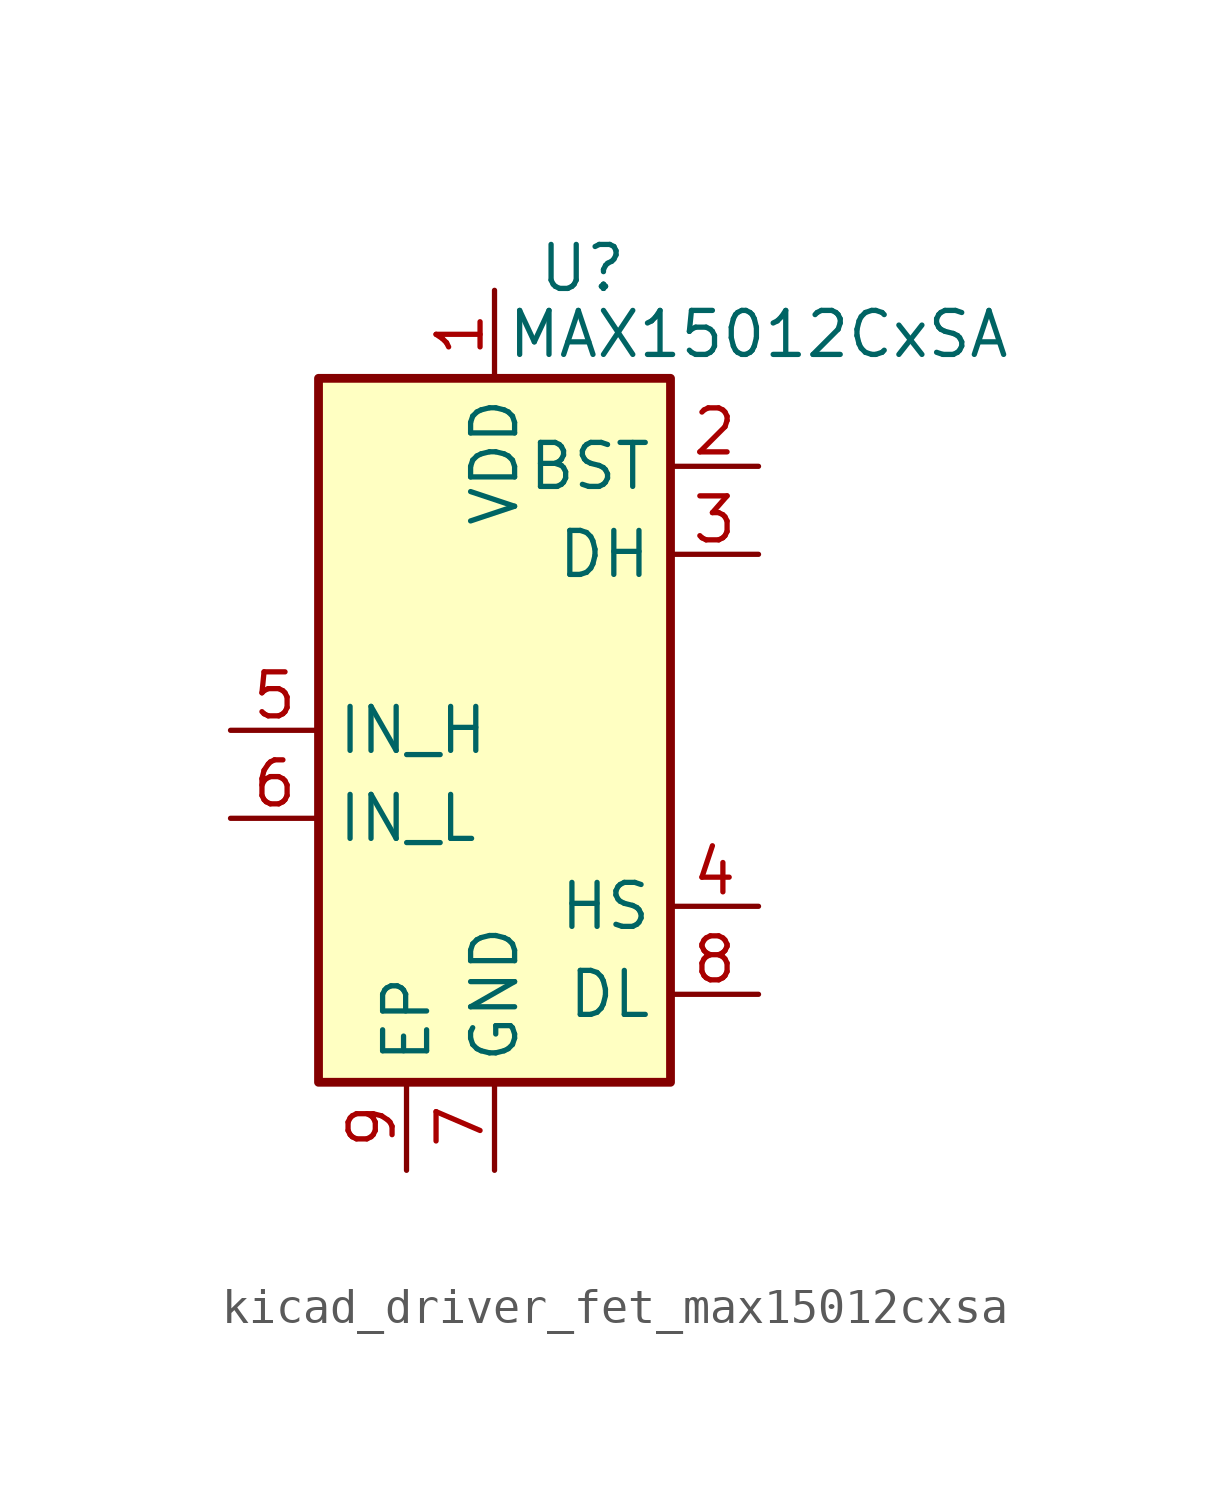
<source format=kicad_sym>
(kicad_symbol_lib
  (version 20220914)
  (generator kicad_symbol_editor)
  (symbol "kicad_driver_fet_max15012cxsa"
    (property "Reference" "U"
      (at 2.54 13.335 0)
      (effects (font (size 1.27 1.27))))
    (property "Value" "MAX15012CxSA"
      (at 7.62 11.43 0)
      (effects (font (size 1.27 1.27))))
    (symbol "kicad_driver_fet_max15012cxsa_0_1"
      (rectangle (start -5.08 -10.16) (end 5.08 10.16) (stroke (width 0.254) (type default)) (fill (type background))))
    (symbol "kicad_driver_fet_max15012cxsa_1_1"
      (pin power_in line (at 0 12.7 270) (length 2.54) (name "VDD" (effects (font (size 1.27 1.27)))) (number "1" (effects (font (size 1.27 1.27)))))
      (pin power_in line (at 7.62 7.62 180) (length 2.54) (name "BST" (effects (font (size 1.27 1.27)))) (number "2" (effects (font (size 1.27 1.27)))))
      (pin output line (at 7.62 5.08 180) (length 2.54) (name "DH" (effects (font (size 1.27 1.27)))) (number "3" (effects (font (size 1.27 1.27)))))
      (pin passive line (at 7.62 -5.08 180) (length 2.54) (name "HS" (effects (font (size 1.27 1.27)))) (number "4" (effects (font (size 1.27 1.27)))))
      (pin input line (at -7.62 0 0) (length 2.54) (name "IN_H" (effects (font (size 1.27 1.27)))) (number "5" (effects (font (size 1.27 1.27)))))
      (pin input line (at -7.62 -2.54 0) (length 2.54) (name "IN_L" (effects (font (size 1.27 1.27)))) (number "6" (effects (font (size 1.27 1.27)))))
      (pin power_in line (at 0 -12.7 90) (length 2.54) (name "GND" (effects (font (size 1.27 1.27)))) (number "7" (effects (font (size 1.27 1.27)))))
      (pin output line (at 7.62 -7.62 180) (length 2.54) (name "DL" (effects (font (size 1.27 1.27)))) (number "8" (effects (font (size 1.27 1.27)))))
      (pin output line (at -2.54 -12.7 90) (length 2.54) (name "EP" (effects (font (size 1.27 1.27)))) (number "9" (effects (font (size 1.27 1.27))))))))
</source>
